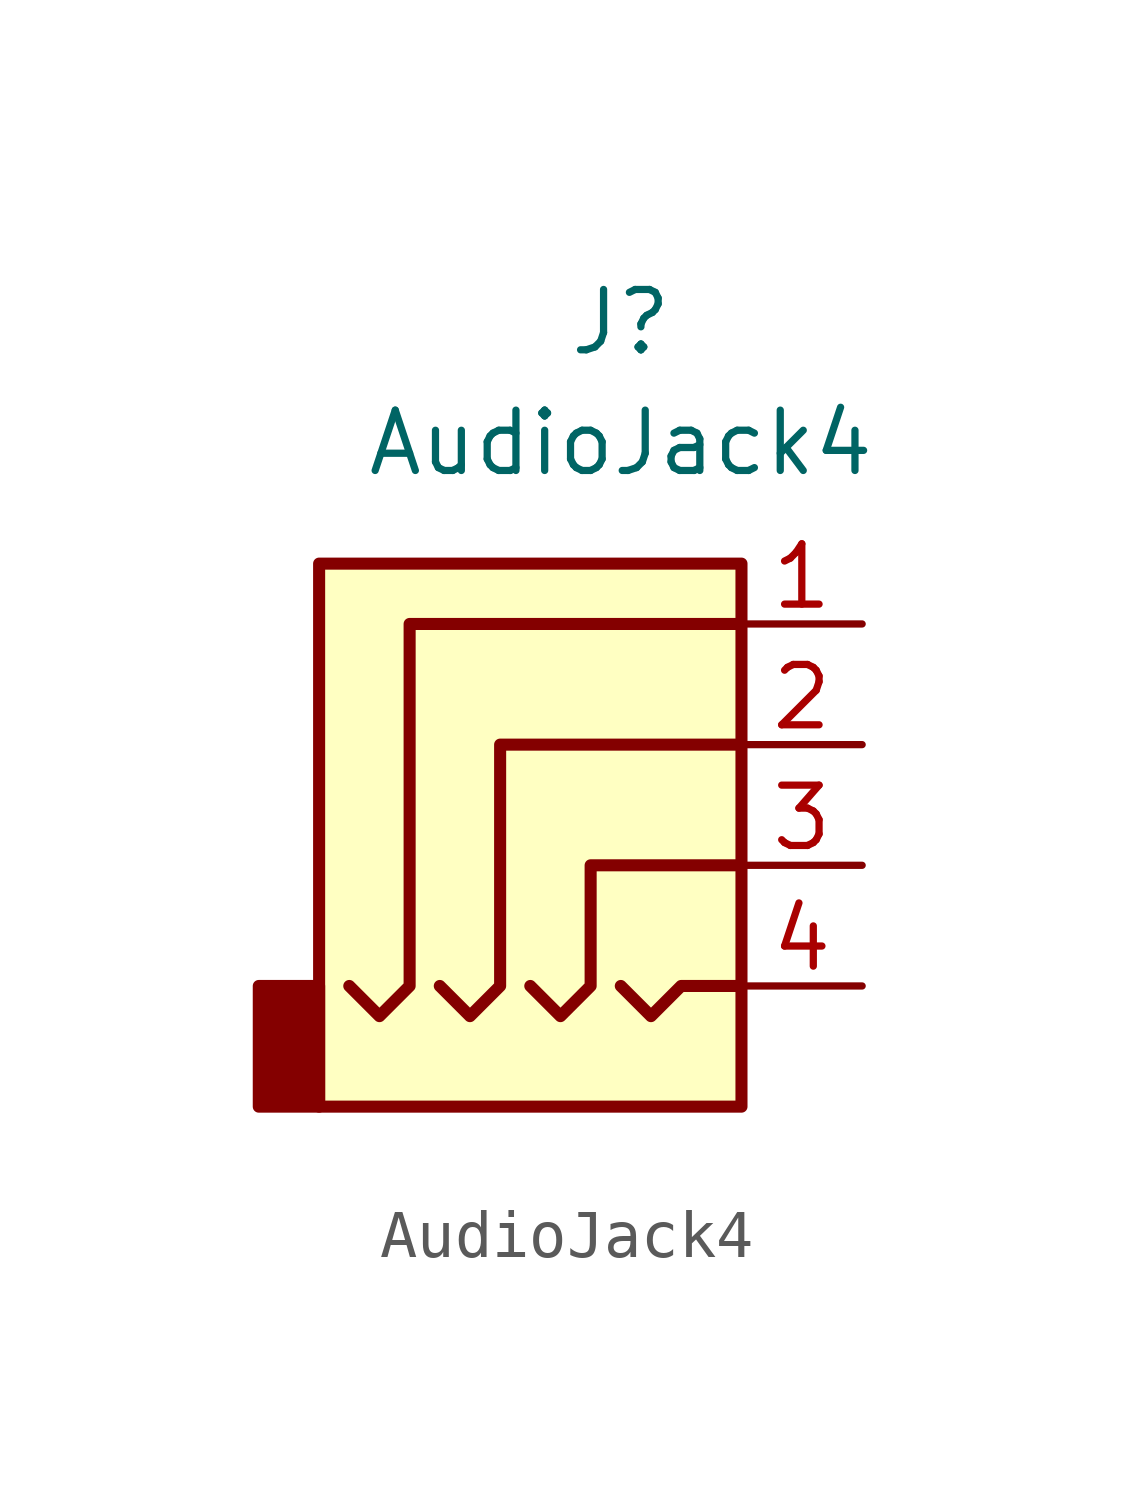
<source format=kicad_sym>
(kicad_symbol_lib
  (version 20220914)
  (generator kicad_symbol_editor)
  (symbol "AudioJack4"
    (property "Reference" "J"
      (at 0 8.89 0)
      (effects (font (size 1.27 1.27))))
    (property "Value" "AudioJack4"
      (at 0 6.35 0)
      (effects (font (size 1.27 1.27))))
    (symbol "AudioJack4_0_1"
      (rectangle (start -6.35 -5.08) (end -7.62 -7.62) (stroke (width 0.254) (type default)) (fill (type outline)))
      (polyline (pts (xy 0 -5.08) (xy 0.635 -5.715) (xy 1.27 -5.08) (xy 2.54 -5.08)) (stroke (width 0.254) (type default)) (fill (type none)))
      (polyline (pts (xy -5.715 -5.08) (xy -5.08 -5.715) (xy -4.445 -5.08) (xy -4.445 2.54) (xy 2.54 2.54)) (stroke (width 0.254) (type default)) (fill (type none)))
      (polyline (pts (xy -1.905 -5.08) (xy -1.27 -5.715) (xy -0.635 -5.08) (xy -0.635 -2.54) (xy 2.54 -2.54)) (stroke (width 0.254) (type default)) (fill (type none)))
      (polyline (pts (xy 2.54 0) (xy -2.54 0) (xy -2.54 -5.08) (xy -3.175 -5.715) (xy -3.81 -5.08)) (stroke (width 0.254) (type default)) (fill (type none)))
      (rectangle (start 2.54 3.81) (end -6.35 -7.62) (stroke (width 0.254) (type default)) (fill (type background))))
    (symbol "AudioJack4_1_1"
      (pin passive line (at 5.08 2.54 180) (length 2.54) (name "~" (effects (font (size 1.27 1.27)))) (number "1" (effects (font (size 1.27 1.27)))))
      (pin passive line (at 5.08 0 180) (length 2.54) (name "~" (effects (font (size 1.27 1.27)))) (number "2" (effects (font (size 1.27 1.27)))))
      (pin passive line (at 5.08 -2.54 180) (length 2.54) (name "~" (effects (font (size 1.27 1.27)))) (number "3" (effects (font (size 1.27 1.27)))))
      (pin passive line (at 5.08 -5.08 180) (length 2.54) (name "~" (effects (font (size 1.27 1.27)))) (number "4" (effects (font (size 1.27 1.27))))))))
</source>
